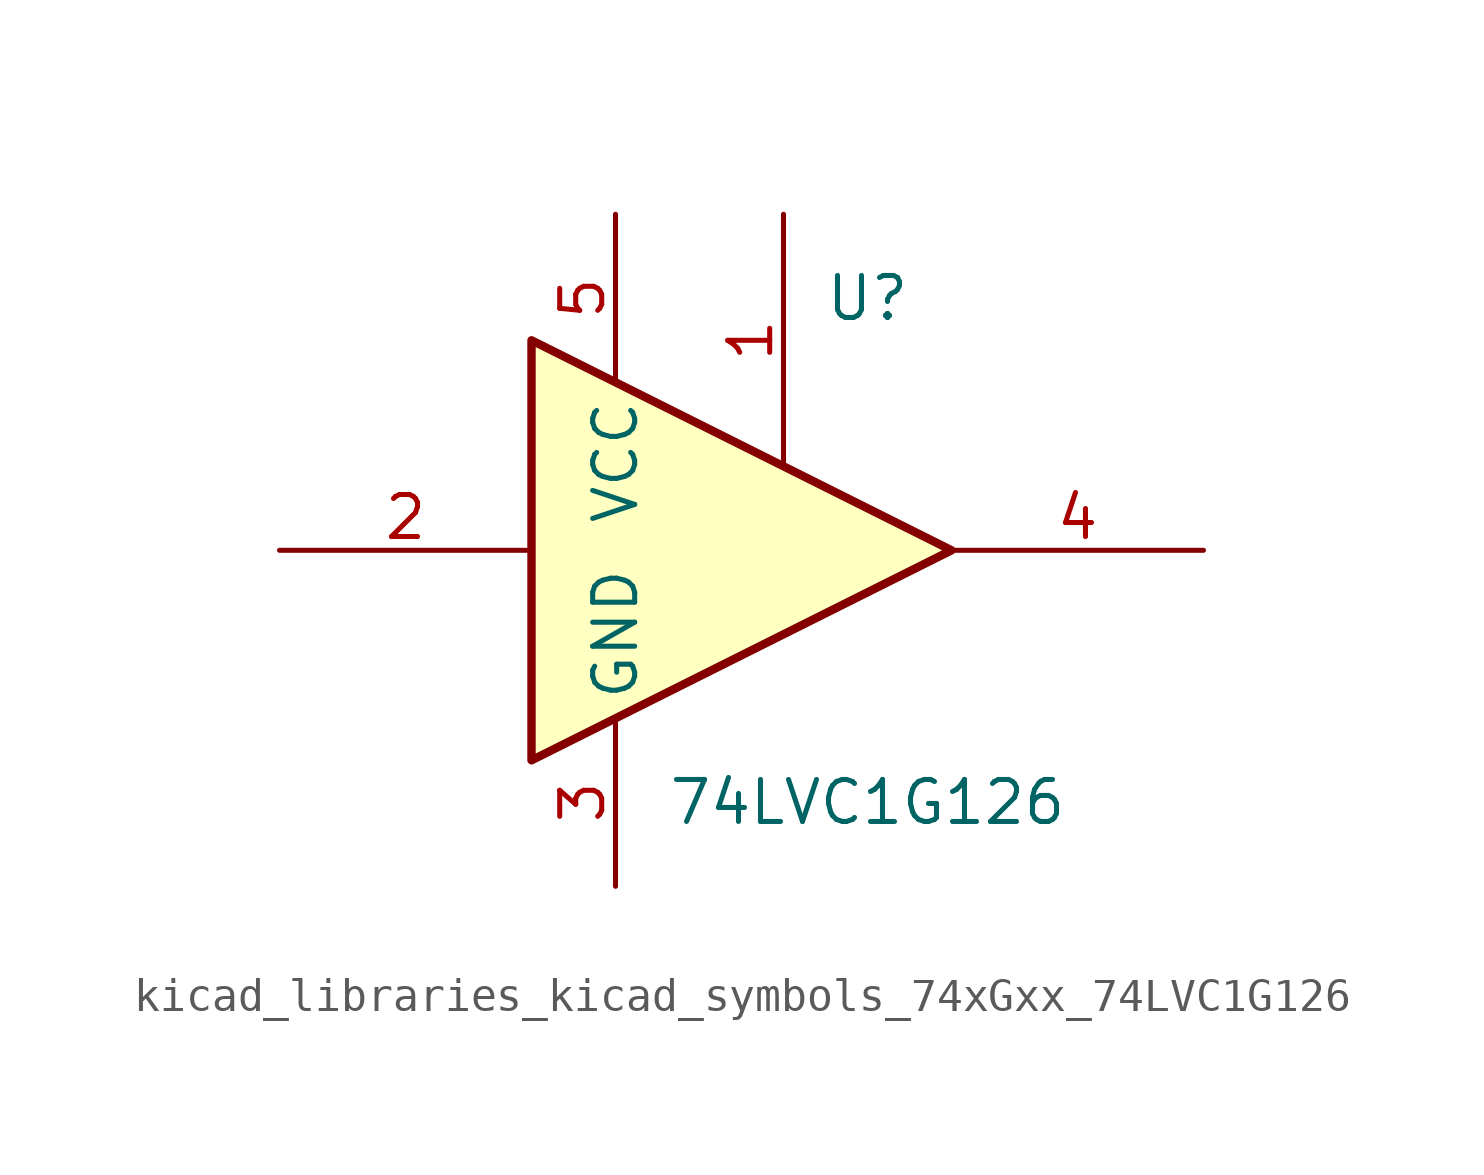
<source format=kicad_sym>
(kicad_symbol_lib
  (version 20220914)
  (generator kicad_symbol_editor)
  (symbol "kicad_libraries_kicad_symbols_74xGxx_74LVC1G126"
    (property "Reference" "U"
      (at 2.54 7.62 0)
      (effects (font (size 1.27 1.27))))
    (property "Value" "74LVC1G126"
      (at 2.54 -7.62 0)
      (effects (font (size 1.27 1.27))))
    (symbol "kicad_libraries_kicad_symbols_74xGxx_74LVC1G126_0_1"
      (polyline (pts (xy -7.62 6.35) (xy -7.62 -6.35) (xy 5.08 0) (xy -7.62 6.35)) (stroke (width 0.254) (type default)) (fill (type background))))
    (symbol "kicad_libraries_kicad_symbols_74xGxx_74LVC1G126_1_1"
      (pin input line (at 0 10.16 270) (length 7.62) (name "~" (effects (font (size 1.27 1.27)))) (number "1" (effects (font (size 1.27 1.27)))))
      (pin input line (at -15.24 0 0) (length 7.62) (name "~" (effects (font (size 1.27 1.27)))) (number "2" (effects (font (size 1.27 1.27)))))
      (pin power_in line (at -5.08 -10.16 90) (length 5.08) (name "GND" (effects (font (size 1.27 1.27)))) (number "3" (effects (font (size 1.27 1.27)))))
      (pin tri_state line (at 12.7 0 180) (length 7.62) (name "~" (effects (font (size 1.27 1.27)))) (number "4" (effects (font (size 1.27 1.27)))))
      (pin power_in line (at -5.08 10.16 270) (length 5.08) (name "VCC" (effects (font (size 1.27 1.27)))) (number "5" (effects (font (size 1.27 1.27))))))))
</source>
